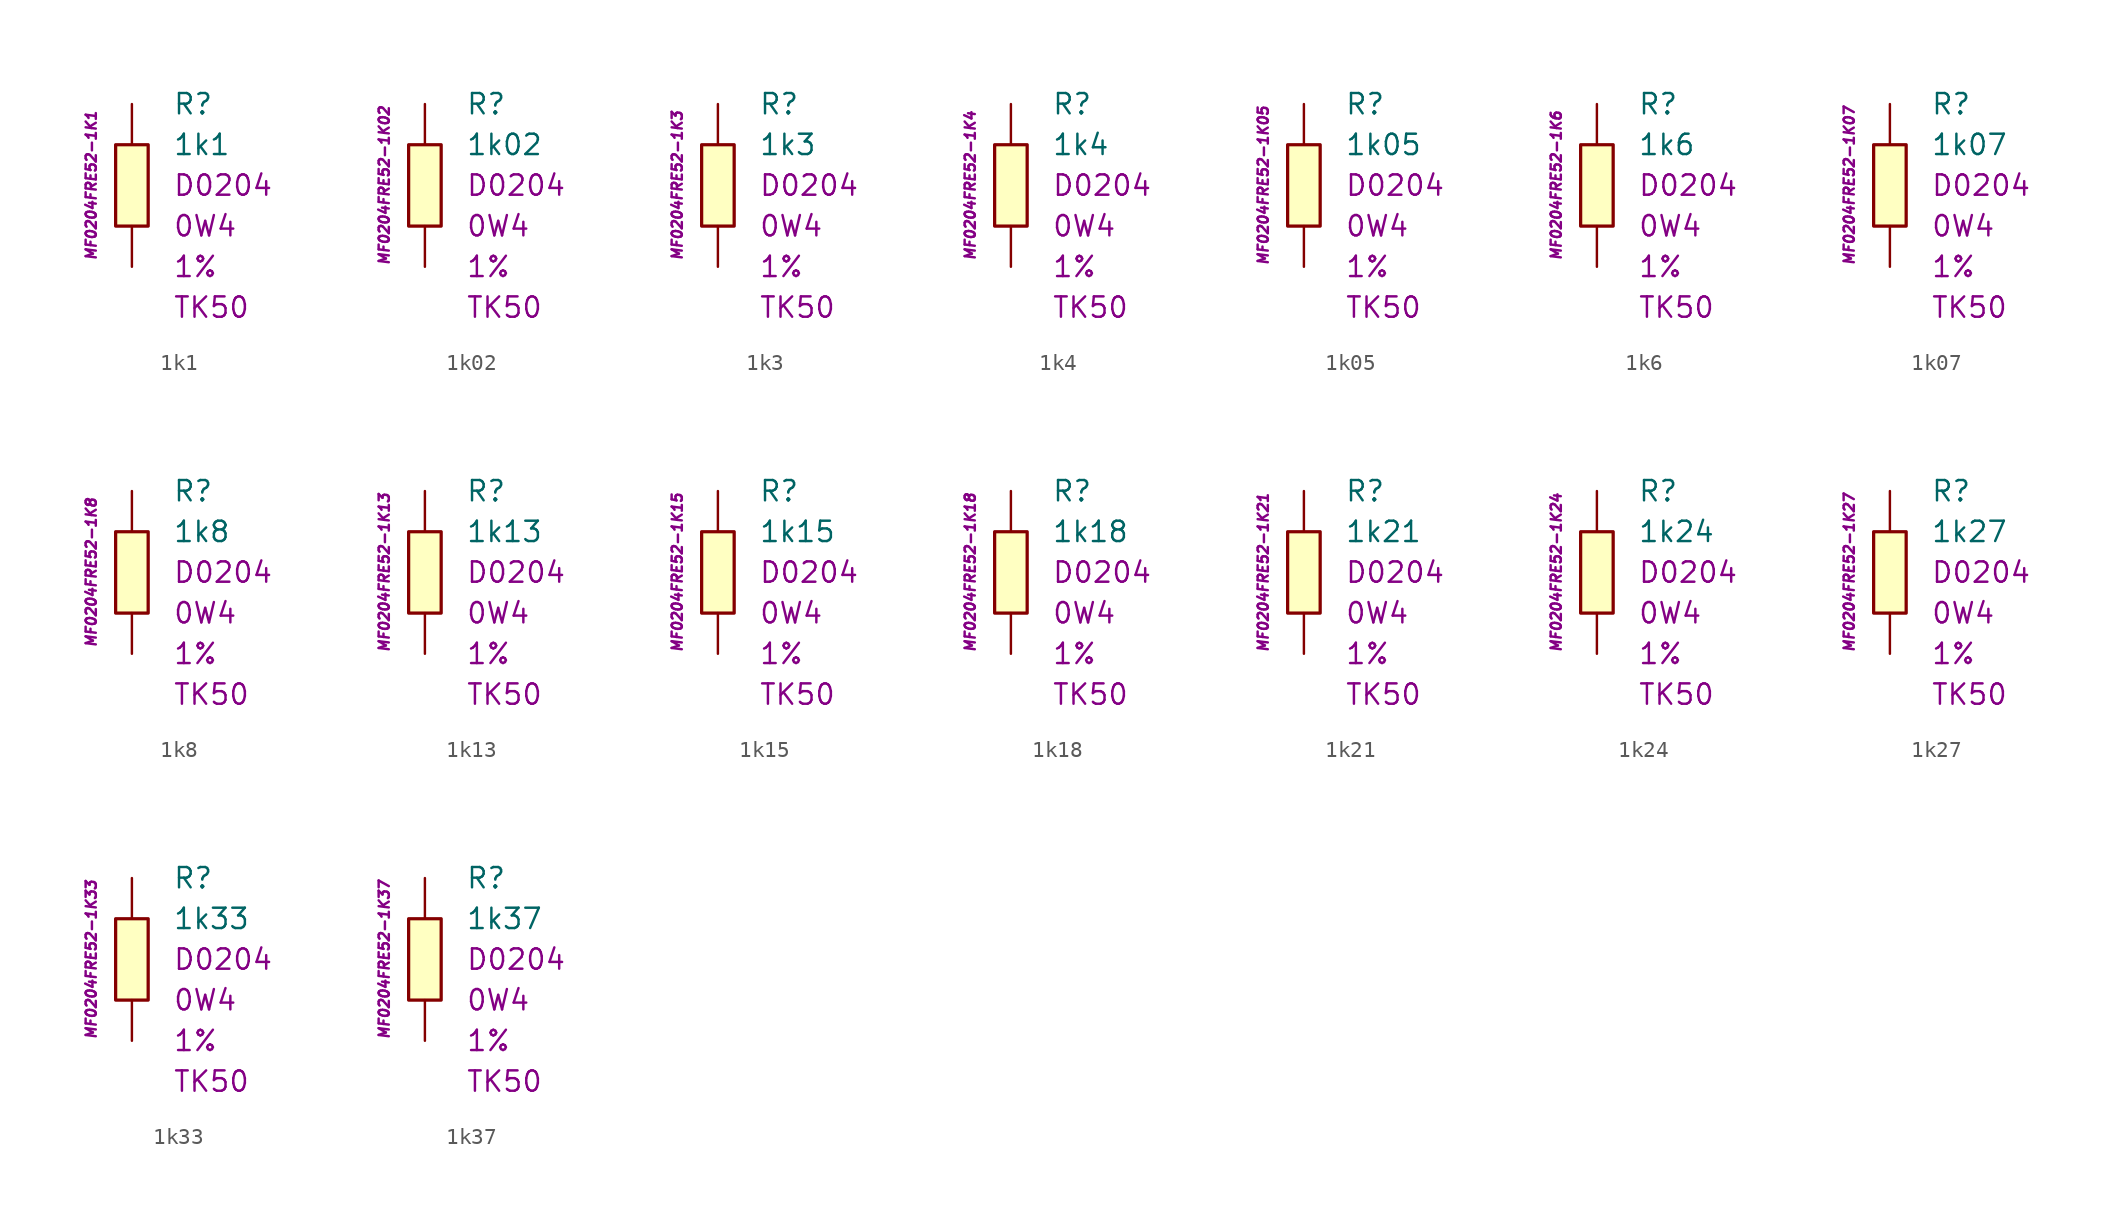
<source format=kicad_sym>
(kicad_symbol_lib
  (version 20201005)
  (generator kicad_symbol_editor)
  (symbol "1k1"
    (pin_numbers hide)
    (pin_names
      (offset 1.016) hide)
    (property "Reference" "R"
      (at 2.54 5.08 0)
      (effects (font (size 1.27 1.27)) (justify left)))
    (property "Value" "1k1"
      (at 2.54 2.54 0)
      (effects (font (size 1.27 1.27)) (justify left)))
    (property "Package" "D0204"
      (at 2.54 0 0)
      (effects (font (size 1.27 1.27)) (justify left)))
    (property "Power" "0W4"
      (at 2.54 -2.54 0)
      (effects (font (size 1.27 1.27)) (justify left)))
    (property "Tolerance" "1%"
      (at 2.54 -5.08 0)
      (effects (font (size 1.27 1.27)) (justify left)))
    (property "TK" "TK50"
      (at 2.54 -7.62 0)
      (effects (font (size 1.27 1.27)) (justify left)))
    (property "ID" "MF0204FRE52-1K1"
      (at -2.54 0 90)
      (effects (font (size 0.635 0.635) italic)))
    (symbol "1k1_0_1"
      (rectangle (start -1.016 2.54) (end 1.016 -2.54) (stroke (width 0.203)) (fill (type background))))
    (symbol "1k1_1_1"
      (pin passive line (at 0 5.08 270) (length 2.54) (name "~" (effects (font (size 1.778 1.778)))) (number "1" (effects (font (size 1.778 1.778)))))
      (pin passive line (at 0 -5.08 90) (length 2.54) (name "~" (effects (font (size 1.778 1.778)))) (number "2" (effects (font (size 1.778 1.778)))))))
  (symbol "1k02"
    (pin_numbers hide)
    (pin_names
      (offset 1.016) hide)
    (property "Reference" "R"
      (at 2.54 5.08 0)
      (effects (font (size 1.27 1.27)) (justify left)))
    (property "Value" "1k02"
      (at 2.54 2.54 0)
      (effects (font (size 1.27 1.27)) (justify left)))
    (property "Package" "D0204"
      (at 2.54 0 0)
      (effects (font (size 1.27 1.27)) (justify left)))
    (property "Power" "0W4"
      (at 2.54 -2.54 0)
      (effects (font (size 1.27 1.27)) (justify left)))
    (property "Tolerance" "1%"
      (at 2.54 -5.08 0)
      (effects (font (size 1.27 1.27)) (justify left)))
    (property "TK" "TK50"
      (at 2.54 -7.62 0)
      (effects (font (size 1.27 1.27)) (justify left)))
    (property "ID" "MF0204FRE52-1K02"
      (at -2.54 0 90)
      (effects (font (size 0.635 0.635) italic)))
    (symbol "1k02_0_1"
      (rectangle (start -1.016 2.54) (end 1.016 -2.54) (stroke (width 0.203)) (fill (type background))))
    (symbol "1k02_1_1"
      (pin passive line (at 0 5.08 270) (length 2.54) (name "~" (effects (font (size 1.778 1.778)))) (number "1" (effects (font (size 1.778 1.778)))))
      (pin passive line (at 0 -5.08 90) (length 2.54) (name "~" (effects (font (size 1.778 1.778)))) (number "2" (effects (font (size 1.778 1.778)))))))
  (symbol "1k3"
    (pin_numbers hide)
    (pin_names
      (offset 1.016) hide)
    (property "Reference" "R"
      (at 2.54 5.08 0)
      (effects (font (size 1.27 1.27)) (justify left)))
    (property "Value" "1k3"
      (at 2.54 2.54 0)
      (effects (font (size 1.27 1.27)) (justify left)))
    (property "Package" "D0204"
      (at 2.54 0 0)
      (effects (font (size 1.27 1.27)) (justify left)))
    (property "Power" "0W4"
      (at 2.54 -2.54 0)
      (effects (font (size 1.27 1.27)) (justify left)))
    (property "Tolerance" "1%"
      (at 2.54 -5.08 0)
      (effects (font (size 1.27 1.27)) (justify left)))
    (property "TK" "TK50"
      (at 2.54 -7.62 0)
      (effects (font (size 1.27 1.27)) (justify left)))
    (property "ID" "MF0204FRE52-1K3"
      (at -2.54 0 90)
      (effects (font (size 0.635 0.635) italic)))
    (symbol "1k3_0_1"
      (rectangle (start -1.016 2.54) (end 1.016 -2.54) (stroke (width 0.203)) (fill (type background))))
    (symbol "1k3_1_1"
      (pin passive line (at 0 5.08 270) (length 2.54) (name "~" (effects (font (size 1.778 1.778)))) (number "1" (effects (font (size 1.778 1.778)))))
      (pin passive line (at 0 -5.08 90) (length 2.54) (name "~" (effects (font (size 1.778 1.778)))) (number "2" (effects (font (size 1.778 1.778)))))))
  (symbol "1k4"
    (pin_numbers hide)
    (pin_names
      (offset 1.016) hide)
    (property "Reference" "R"
      (at 2.54 5.08 0)
      (effects (font (size 1.27 1.27)) (justify left)))
    (property "Value" "1k4"
      (at 2.54 2.54 0)
      (effects (font (size 1.27 1.27)) (justify left)))
    (property "Package" "D0204"
      (at 2.54 0 0)
      (effects (font (size 1.27 1.27)) (justify left)))
    (property "Power" "0W4"
      (at 2.54 -2.54 0)
      (effects (font (size 1.27 1.27)) (justify left)))
    (property "Tolerance" "1%"
      (at 2.54 -5.08 0)
      (effects (font (size 1.27 1.27)) (justify left)))
    (property "TK" "TK50"
      (at 2.54 -7.62 0)
      (effects (font (size 1.27 1.27)) (justify left)))
    (property "ID" "MF0204FRE52-1K4"
      (at -2.54 0 90)
      (effects (font (size 0.635 0.635) italic)))
    (symbol "1k4_0_1"
      (rectangle (start -1.016 2.54) (end 1.016 -2.54) (stroke (width 0.203)) (fill (type background))))
    (symbol "1k4_1_1"
      (pin passive line (at 0 5.08 270) (length 2.54) (name "~" (effects (font (size 1.778 1.778)))) (number "1" (effects (font (size 1.778 1.778)))))
      (pin passive line (at 0 -5.08 90) (length 2.54) (name "~" (effects (font (size 1.778 1.778)))) (number "2" (effects (font (size 1.778 1.778)))))))
  (symbol "1k05"
    (pin_numbers hide)
    (pin_names
      (offset 1.016) hide)
    (property "Reference" "R"
      (at 2.54 5.08 0)
      (effects (font (size 1.27 1.27)) (justify left)))
    (property "Value" "1k05"
      (at 2.54 2.54 0)
      (effects (font (size 1.27 1.27)) (justify left)))
    (property "Package" "D0204"
      (at 2.54 0 0)
      (effects (font (size 1.27 1.27)) (justify left)))
    (property "Power" "0W4"
      (at 2.54 -2.54 0)
      (effects (font (size 1.27 1.27)) (justify left)))
    (property "Tolerance" "1%"
      (at 2.54 -5.08 0)
      (effects (font (size 1.27 1.27)) (justify left)))
    (property "TK" "TK50"
      (at 2.54 -7.62 0)
      (effects (font (size 1.27 1.27)) (justify left)))
    (property "ID" "MF0204FRE52-1K05"
      (at -2.54 0 90)
      (effects (font (size 0.635 0.635) italic)))
    (symbol "1k05_0_1"
      (rectangle (start -1.016 2.54) (end 1.016 -2.54) (stroke (width 0.203)) (fill (type background))))
    (symbol "1k05_1_1"
      (pin passive line (at 0 5.08 270) (length 2.54) (name "~" (effects (font (size 1.778 1.778)))) (number "1" (effects (font (size 1.778 1.778)))))
      (pin passive line (at 0 -5.08 90) (length 2.54) (name "~" (effects (font (size 1.778 1.778)))) (number "2" (effects (font (size 1.778 1.778)))))))
  (symbol "1k6"
    (pin_numbers hide)
    (pin_names
      (offset 1.016) hide)
    (property "Reference" "R"
      (at 2.54 5.08 0)
      (effects (font (size 1.27 1.27)) (justify left)))
    (property "Value" "1k6"
      (at 2.54 2.54 0)
      (effects (font (size 1.27 1.27)) (justify left)))
    (property "Package" "D0204"
      (at 2.54 0 0)
      (effects (font (size 1.27 1.27)) (justify left)))
    (property "Power" "0W4"
      (at 2.54 -2.54 0)
      (effects (font (size 1.27 1.27)) (justify left)))
    (property "Tolerance" "1%"
      (at 2.54 -5.08 0)
      (effects (font (size 1.27 1.27)) (justify left)))
    (property "TK" "TK50"
      (at 2.54 -7.62 0)
      (effects (font (size 1.27 1.27)) (justify left)))
    (property "ID" "MF0204FRE52-1K6"
      (at -2.54 0 90)
      (effects (font (size 0.635 0.635) italic)))
    (symbol "1k6_0_1"
      (rectangle (start -1.016 2.54) (end 1.016 -2.54) (stroke (width 0.203)) (fill (type background))))
    (symbol "1k6_1_1"
      (pin passive line (at 0 5.08 270) (length 2.54) (name "~" (effects (font (size 1.778 1.778)))) (number "1" (effects (font (size 1.778 1.778)))))
      (pin passive line (at 0 -5.08 90) (length 2.54) (name "~" (effects (font (size 1.778 1.778)))) (number "2" (effects (font (size 1.778 1.778)))))))
  (symbol "1k07"
    (pin_numbers hide)
    (pin_names
      (offset 1.016) hide)
    (property "Reference" "R"
      (at 2.54 5.08 0)
      (effects (font (size 1.27 1.27)) (justify left)))
    (property "Value" "1k07"
      (at 2.54 2.54 0)
      (effects (font (size 1.27 1.27)) (justify left)))
    (property "Package" "D0204"
      (at 2.54 0 0)
      (effects (font (size 1.27 1.27)) (justify left)))
    (property "Power" "0W4"
      (at 2.54 -2.54 0)
      (effects (font (size 1.27 1.27)) (justify left)))
    (property "Tolerance" "1%"
      (at 2.54 -5.08 0)
      (effects (font (size 1.27 1.27)) (justify left)))
    (property "TK" "TK50"
      (at 2.54 -7.62 0)
      (effects (font (size 1.27 1.27)) (justify left)))
    (property "ID" "MF0204FRE52-1K07"
      (at -2.54 0 90)
      (effects (font (size 0.635 0.635) italic)))
    (symbol "1k07_0_1"
      (rectangle (start -1.016 2.54) (end 1.016 -2.54) (stroke (width 0.203)) (fill (type background))))
    (symbol "1k07_1_1"
      (pin passive line (at 0 5.08 270) (length 2.54) (name "~" (effects (font (size 1.778 1.778)))) (number "1" (effects (font (size 1.778 1.778)))))
      (pin passive line (at 0 -5.08 90) (length 2.54) (name "~" (effects (font (size 1.778 1.778)))) (number "2" (effects (font (size 1.778 1.778)))))))
  (symbol "1k8"
    (pin_numbers hide)
    (pin_names
      (offset 1.016) hide)
    (property "Reference" "R"
      (at 2.54 5.08 0)
      (effects (font (size 1.27 1.27)) (justify left)))
    (property "Value" "1k8"
      (at 2.54 2.54 0)
      (effects (font (size 1.27 1.27)) (justify left)))
    (property "Package" "D0204"
      (at 2.54 0 0)
      (effects (font (size 1.27 1.27)) (justify left)))
    (property "Power" "0W4"
      (at 2.54 -2.54 0)
      (effects (font (size 1.27 1.27)) (justify left)))
    (property "Tolerance" "1%"
      (at 2.54 -5.08 0)
      (effects (font (size 1.27 1.27)) (justify left)))
    (property "TK" "TK50"
      (at 2.54 -7.62 0)
      (effects (font (size 1.27 1.27)) (justify left)))
    (property "ID" "MF0204FRE52-1K8"
      (at -2.54 0 90)
      (effects (font (size 0.635 0.635) italic)))
    (symbol "1k8_0_1"
      (rectangle (start -1.016 2.54) (end 1.016 -2.54) (stroke (width 0.203)) (fill (type background))))
    (symbol "1k8_1_1"
      (pin passive line (at 0 5.08 270) (length 2.54) (name "~" (effects (font (size 1.778 1.778)))) (number "1" (effects (font (size 1.778 1.778)))))
      (pin passive line (at 0 -5.08 90) (length 2.54) (name "~" (effects (font (size 1.778 1.778)))) (number "2" (effects (font (size 1.778 1.778)))))))
  (symbol "1k13"
    (pin_numbers hide)
    (pin_names
      (offset 1.016) hide)
    (property "Reference" "R"
      (at 2.54 5.08 0)
      (effects (font (size 1.27 1.27)) (justify left)))
    (property "Value" "1k13"
      (at 2.54 2.54 0)
      (effects (font (size 1.27 1.27)) (justify left)))
    (property "Package" "D0204"
      (at 2.54 0 0)
      (effects (font (size 1.27 1.27)) (justify left)))
    (property "Power" "0W4"
      (at 2.54 -2.54 0)
      (effects (font (size 1.27 1.27)) (justify left)))
    (property "Tolerance" "1%"
      (at 2.54 -5.08 0)
      (effects (font (size 1.27 1.27)) (justify left)))
    (property "TK" "TK50"
      (at 2.54 -7.62 0)
      (effects (font (size 1.27 1.27)) (justify left)))
    (property "ID" "MF0204FRE52-1K13"
      (at -2.54 0 90)
      (effects (font (size 0.635 0.635) italic)))
    (symbol "1k13_0_1"
      (rectangle (start -1.016 2.54) (end 1.016 -2.54) (stroke (width 0.203)) (fill (type background))))
    (symbol "1k13_1_1"
      (pin passive line (at 0 5.08 270) (length 2.54) (name "~" (effects (font (size 1.778 1.778)))) (number "1" (effects (font (size 1.778 1.778)))))
      (pin passive line (at 0 -5.08 90) (length 2.54) (name "~" (effects (font (size 1.778 1.778)))) (number "2" (effects (font (size 1.778 1.778)))))))
  (symbol "1k15"
    (pin_numbers hide)
    (pin_names
      (offset 1.016) hide)
    (property "Reference" "R"
      (at 2.54 5.08 0)
      (effects (font (size 1.27 1.27)) (justify left)))
    (property "Value" "1k15"
      (at 2.54 2.54 0)
      (effects (font (size 1.27 1.27)) (justify left)))
    (property "Package" "D0204"
      (at 2.54 0 0)
      (effects (font (size 1.27 1.27)) (justify left)))
    (property "Power" "0W4"
      (at 2.54 -2.54 0)
      (effects (font (size 1.27 1.27)) (justify left)))
    (property "Tolerance" "1%"
      (at 2.54 -5.08 0)
      (effects (font (size 1.27 1.27)) (justify left)))
    (property "TK" "TK50"
      (at 2.54 -7.62 0)
      (effects (font (size 1.27 1.27)) (justify left)))
    (property "ID" "MF0204FRE52-1K15"
      (at -2.54 0 90)
      (effects (font (size 0.635 0.635) italic)))
    (symbol "1k15_0_1"
      (rectangle (start -1.016 2.54) (end 1.016 -2.54) (stroke (width 0.203)) (fill (type background))))
    (symbol "1k15_1_1"
      (pin passive line (at 0 5.08 270) (length 2.54) (name "~" (effects (font (size 1.778 1.778)))) (number "1" (effects (font (size 1.778 1.778)))))
      (pin passive line (at 0 -5.08 90) (length 2.54) (name "~" (effects (font (size 1.778 1.778)))) (number "2" (effects (font (size 1.778 1.778)))))))
  (symbol "1k18"
    (pin_numbers hide)
    (pin_names
      (offset 1.016) hide)
    (property "Reference" "R"
      (at 2.54 5.08 0)
      (effects (font (size 1.27 1.27)) (justify left)))
    (property "Value" "1k18"
      (at 2.54 2.54 0)
      (effects (font (size 1.27 1.27)) (justify left)))
    (property "Package" "D0204"
      (at 2.54 0 0)
      (effects (font (size 1.27 1.27)) (justify left)))
    (property "Power" "0W4"
      (at 2.54 -2.54 0)
      (effects (font (size 1.27 1.27)) (justify left)))
    (property "Tolerance" "1%"
      (at 2.54 -5.08 0)
      (effects (font (size 1.27 1.27)) (justify left)))
    (property "TK" "TK50"
      (at 2.54 -7.62 0)
      (effects (font (size 1.27 1.27)) (justify left)))
    (property "ID" "MF0204FRE52-1K18"
      (at -2.54 0 90)
      (effects (font (size 0.635 0.635) italic)))
    (symbol "1k18_0_1"
      (rectangle (start -1.016 2.54) (end 1.016 -2.54) (stroke (width 0.203)) (fill (type background))))
    (symbol "1k18_1_1"
      (pin passive line (at 0 5.08 270) (length 2.54) (name "~" (effects (font (size 1.778 1.778)))) (number "1" (effects (font (size 1.778 1.778)))))
      (pin passive line (at 0 -5.08 90) (length 2.54) (name "~" (effects (font (size 1.778 1.778)))) (number "2" (effects (font (size 1.778 1.778)))))))
  (symbol "1k21"
    (pin_numbers hide)
    (pin_names
      (offset 1.016) hide)
    (property "Reference" "R"
      (at 2.54 5.08 0)
      (effects (font (size 1.27 1.27)) (justify left)))
    (property "Value" "1k21"
      (at 2.54 2.54 0)
      (effects (font (size 1.27 1.27)) (justify left)))
    (property "Package" "D0204"
      (at 2.54 0 0)
      (effects (font (size 1.27 1.27)) (justify left)))
    (property "Power" "0W4"
      (at 2.54 -2.54 0)
      (effects (font (size 1.27 1.27)) (justify left)))
    (property "Tolerance" "1%"
      (at 2.54 -5.08 0)
      (effects (font (size 1.27 1.27)) (justify left)))
    (property "TK" "TK50"
      (at 2.54 -7.62 0)
      (effects (font (size 1.27 1.27)) (justify left)))
    (property "ID" "MF0204FRE52-1K21"
      (at -2.54 0 90)
      (effects (font (size 0.635 0.635) italic)))
    (symbol "1k21_0_1"
      (rectangle (start -1.016 2.54) (end 1.016 -2.54) (stroke (width 0.203)) (fill (type background))))
    (symbol "1k21_1_1"
      (pin passive line (at 0 5.08 270) (length 2.54) (name "~" (effects (font (size 1.778 1.778)))) (number "1" (effects (font (size 1.778 1.778)))))
      (pin passive line (at 0 -5.08 90) (length 2.54) (name "~" (effects (font (size 1.778 1.778)))) (number "2" (effects (font (size 1.778 1.778)))))))
  (symbol "1k24"
    (pin_numbers hide)
    (pin_names
      (offset 1.016) hide)
    (property "Reference" "R"
      (at 2.54 5.08 0)
      (effects (font (size 1.27 1.27)) (justify left)))
    (property "Value" "1k24"
      (at 2.54 2.54 0)
      (effects (font (size 1.27 1.27)) (justify left)))
    (property "Package" "D0204"
      (at 2.54 0 0)
      (effects (font (size 1.27 1.27)) (justify left)))
    (property "Power" "0W4"
      (at 2.54 -2.54 0)
      (effects (font (size 1.27 1.27)) (justify left)))
    (property "Tolerance" "1%"
      (at 2.54 -5.08 0)
      (effects (font (size 1.27 1.27)) (justify left)))
    (property "TK" "TK50"
      (at 2.54 -7.62 0)
      (effects (font (size 1.27 1.27)) (justify left)))
    (property "ID" "MF0204FRE52-1K24"
      (at -2.54 0 90)
      (effects (font (size 0.635 0.635) italic)))
    (symbol "1k24_0_1"
      (rectangle (start -1.016 2.54) (end 1.016 -2.54) (stroke (width 0.203)) (fill (type background))))
    (symbol "1k24_1_1"
      (pin passive line (at 0 5.08 270) (length 2.54) (name "~" (effects (font (size 1.778 1.778)))) (number "1" (effects (font (size 1.778 1.778)))))
      (pin passive line (at 0 -5.08 90) (length 2.54) (name "~" (effects (font (size 1.778 1.778)))) (number "2" (effects (font (size 1.778 1.778)))))))
  (symbol "1k27"
    (pin_numbers hide)
    (pin_names
      (offset 1.016) hide)
    (property "Reference" "R"
      (at 2.54 5.08 0)
      (effects (font (size 1.27 1.27)) (justify left)))
    (property "Value" "1k27"
      (at 2.54 2.54 0)
      (effects (font (size 1.27 1.27)) (justify left)))
    (property "Package" "D0204"
      (at 2.54 0 0)
      (effects (font (size 1.27 1.27)) (justify left)))
    (property "Power" "0W4"
      (at 2.54 -2.54 0)
      (effects (font (size 1.27 1.27)) (justify left)))
    (property "Tolerance" "1%"
      (at 2.54 -5.08 0)
      (effects (font (size 1.27 1.27)) (justify left)))
    (property "TK" "TK50"
      (at 2.54 -7.62 0)
      (effects (font (size 1.27 1.27)) (justify left)))
    (property "ID" "MF0204FRE52-1K27"
      (at -2.54 0 90)
      (effects (font (size 0.635 0.635) italic)))
    (symbol "1k27_0_1"
      (rectangle (start -1.016 2.54) (end 1.016 -2.54) (stroke (width 0.203)) (fill (type background))))
    (symbol "1k27_1_1"
      (pin passive line (at 0 5.08 270) (length 2.54) (name "~" (effects (font (size 1.778 1.778)))) (number "1" (effects (font (size 1.778 1.778)))))
      (pin passive line (at 0 -5.08 90) (length 2.54) (name "~" (effects (font (size 1.778 1.778)))) (number "2" (effects (font (size 1.778 1.778)))))))
  (symbol "1k33"
    (pin_numbers hide)
    (pin_names
      (offset 1.016) hide)
    (property "Reference" "R"
      (at 2.54 5.08 0)
      (effects (font (size 1.27 1.27)) (justify left)))
    (property "Value" "1k33"
      (at 2.54 2.54 0)
      (effects (font (size 1.27 1.27)) (justify left)))
    (property "Package" "D0204"
      (at 2.54 0 0)
      (effects (font (size 1.27 1.27)) (justify left)))
    (property "Power" "0W4"
      (at 2.54 -2.54 0)
      (effects (font (size 1.27 1.27)) (justify left)))
    (property "Tolerance" "1%"
      (at 2.54 -5.08 0)
      (effects (font (size 1.27 1.27)) (justify left)))
    (property "TK" "TK50"
      (at 2.54 -7.62 0)
      (effects (font (size 1.27 1.27)) (justify left)))
    (property "ID" "MF0204FRE52-1K33"
      (at -2.54 0 90)
      (effects (font (size 0.635 0.635) italic)))
    (symbol "1k33_0_1"
      (rectangle (start -1.016 2.54) (end 1.016 -2.54) (stroke (width 0.203)) (fill (type background))))
    (symbol "1k33_1_1"
      (pin passive line (at 0 5.08 270) (length 2.54) (name "~" (effects (font (size 1.778 1.778)))) (number "1" (effects (font (size 1.778 1.778)))))
      (pin passive line (at 0 -5.08 90) (length 2.54) (name "~" (effects (font (size 1.778 1.778)))) (number "2" (effects (font (size 1.778 1.778)))))))
  (symbol "1k37"
    (pin_numbers hide)
    (pin_names
      (offset 1.016) hide)
    (property "Reference" "R"
      (at 2.54 5.08 0)
      (effects (font (size 1.27 1.27)) (justify left)))
    (property "Value" "1k37"
      (at 2.54 2.54 0)
      (effects (font (size 1.27 1.27)) (justify left)))
    (property "Package" "D0204"
      (at 2.54 0 0)
      (effects (font (size 1.27 1.27)) (justify left)))
    (property "Power" "0W4"
      (at 2.54 -2.54 0)
      (effects (font (size 1.27 1.27)) (justify left)))
    (property "Tolerance" "1%"
      (at 2.54 -5.08 0)
      (effects (font (size 1.27 1.27)) (justify left)))
    (property "TK" "TK50"
      (at 2.54 -7.62 0)
      (effects (font (size 1.27 1.27)) (justify left)))
    (property "ID" "MF0204FRE52-1K37"
      (at -2.54 0 90)
      (effects (font (size 0.635 0.635) italic)))
    (symbol "1k37_0_1"
      (rectangle (start -1.016 2.54) (end 1.016 -2.54) (stroke (width 0.203)) (fill (type background))))
    (symbol "1k37_1_1"
      (pin passive line (at 0 5.08 270) (length 2.54) (name "~" (effects (font (size 1.778 1.778)))) (number "1" (effects (font (size 1.778 1.778)))))
      (pin passive line (at 0 -5.08 90) (length 2.54) (name "~" (effects (font (size 1.778 1.778)))) (number "2" (effects (font (size 1.778 1.778))))))))
</source>
